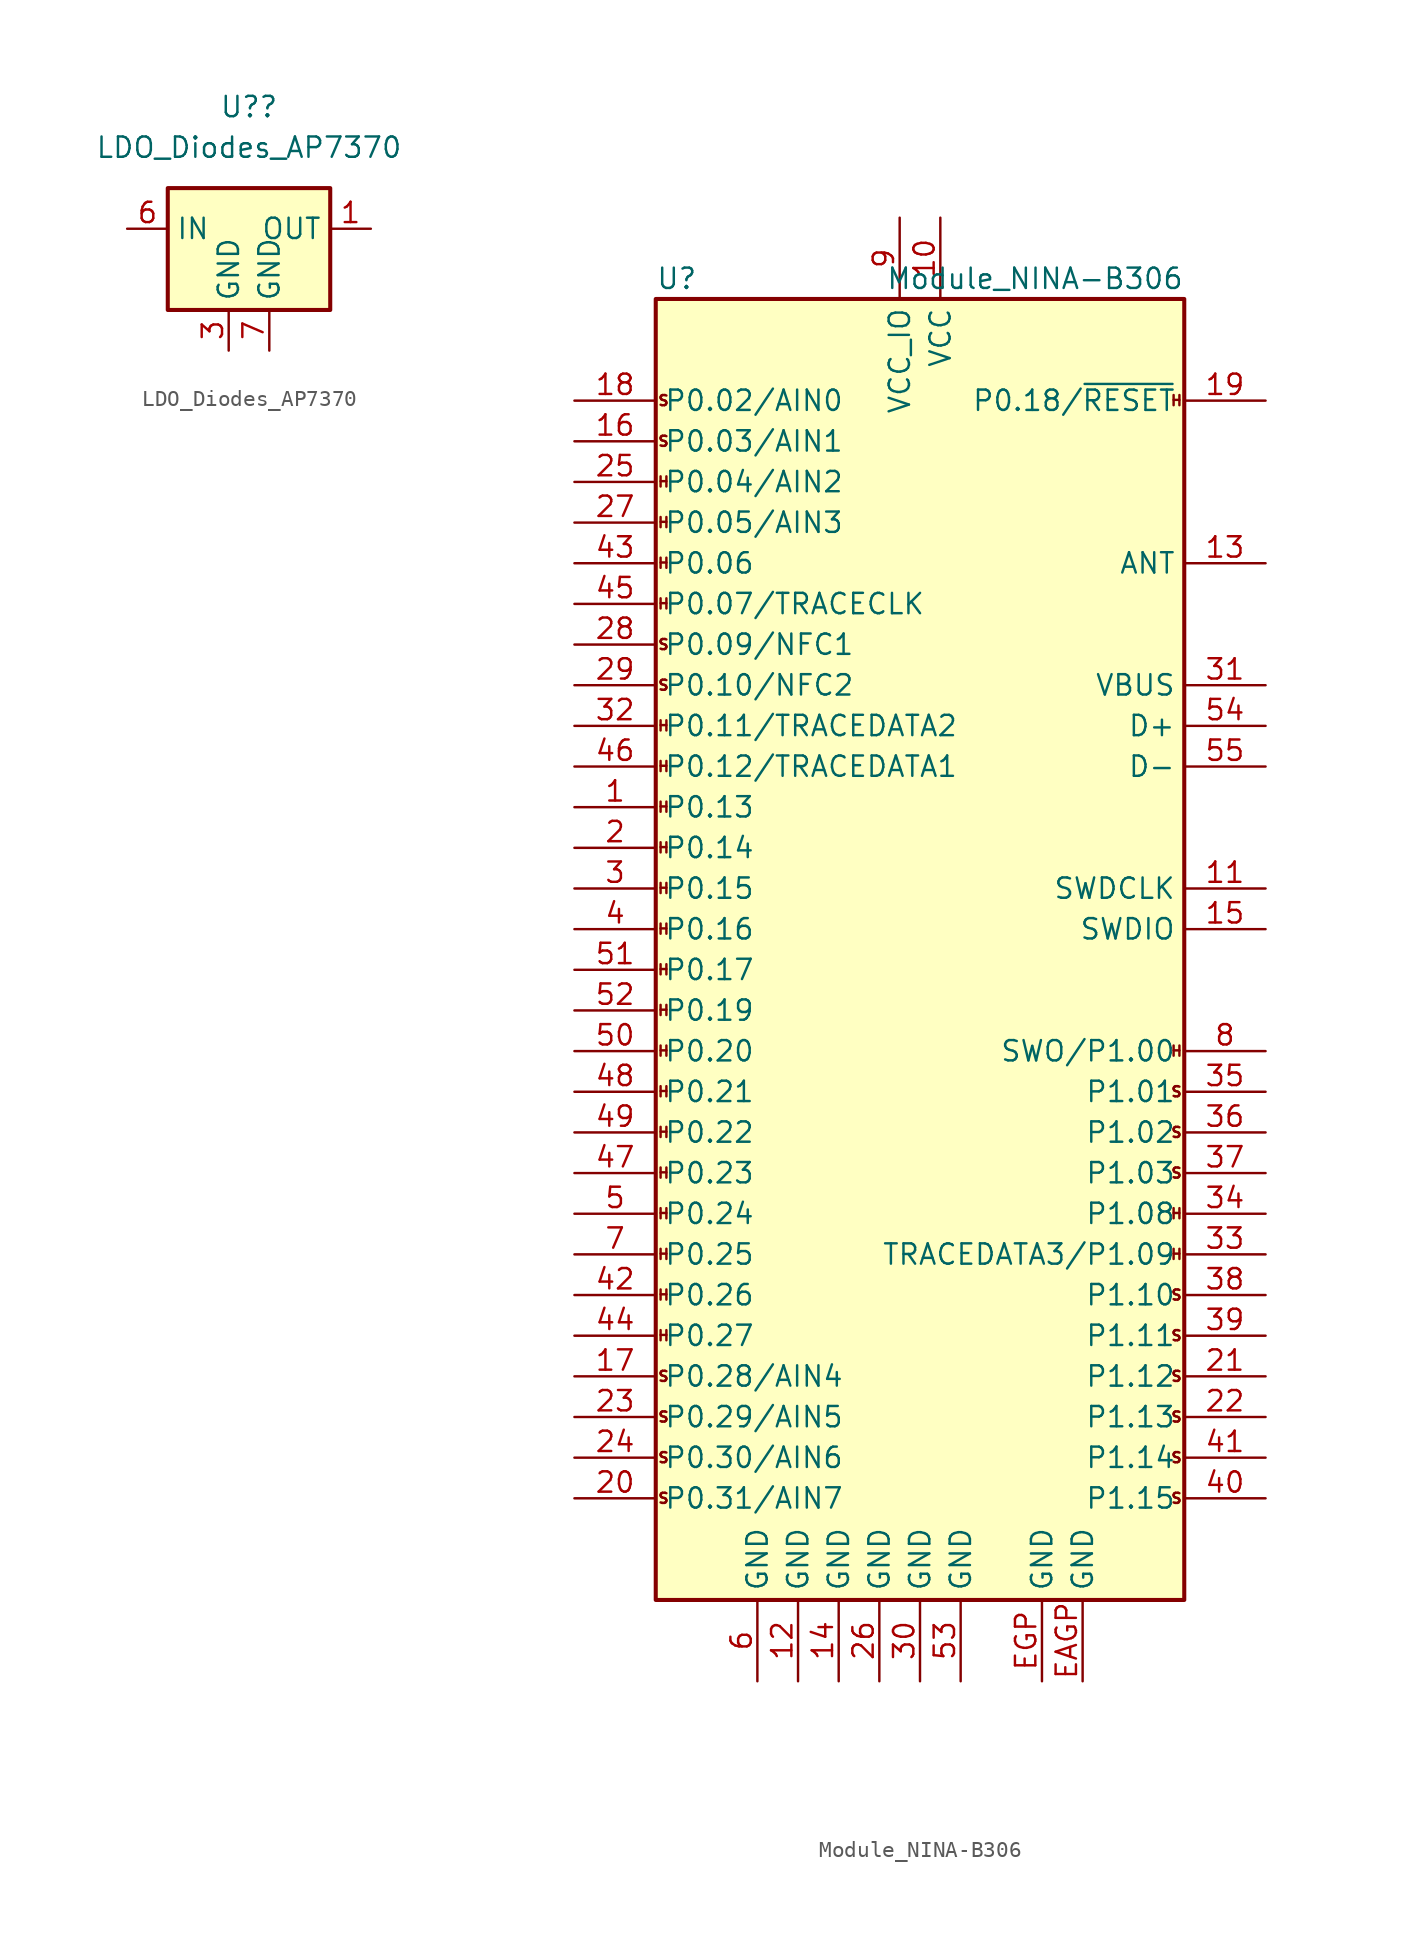
<source format=kicad_sym>
(kicad_symbol_lib
  (version 20211014)
  (generator kicad_symbol_editor)
  (symbol "LDO_Diodes_AP7370"
    (property "Reference" "U?"
      (at 0 8.89 0)
      (effects (font (size 1.27 1.27))))
    (property "Value" "LDO_Diodes_AP7370"
      (at 0 6.35 0)
      (effects (font (size 1.27 1.27))))
    (symbol "LDO_Diodes_AP7370_0_0"
      (pin passive line (at -1.27 -6.35 90) (length 2.54) (name "GND" (effects (font (size 1.27 1.27)))) (number "3" (effects (font (size 1.27 1.27)))))
      (pin no_connect line (at 0 0 180) (length 2.54) hide (name "" (effects (font (size 1.27 1.27)))) (number "4" (effects (font (size 1.27 1.27)))))
      (pin passive line (at 1.27 -6.35 90) (length 2.54) (name "GND" (effects (font (size 1.27 1.27)))) (number "7" (effects (font (size 1.27 1.27))))))
    (symbol "LDO_Diodes_AP7370_0_1"
      (rectangle (start -5.08 3.81) (end 5.08 -3.81) (stroke (width 0.254) (type default) (color 0 0 0 0)) (fill (type background))))
    (symbol "LDO_Diodes_AP7370_1_1"
      (pin power_out line (at 7.62 1.27 180) (length 2.54) (name "OUT" (effects (font (size 1.27 1.27)))) (number "1" (effects (font (size 1.27 1.27)))))
      (pin no_connect line (at 0 0 180) (length 2.54) hide (name "" (effects (font (size 1.27 1.27)))) (number "2" (effects (font (size 1.27 1.27)))))
      (pin no_connect line (at 0 0 180) (length 2.54) hide (name "" (effects (font (size 1.27 1.27)))) (number "5" (effects (font (size 1.27 1.27)))))
      (pin power_in line (at -7.62 1.27 0) (length 2.54) (name "IN" (effects (font (size 1.27 1.27)))) (number "6" (effects (font (size 1.27 1.27)))))))
  (symbol "Module_NINA-B306"
    (property "Reference" "U"
      (at -16.51 41.91 0)
      (effects (font (size 1.27 1.27)) (justify left)))
    (property "Value" "Module_NINA-B306"
      (at 16.51 41.91 0)
      (effects (font (size 1.27 1.27)) (justify right)))
    (symbol "Module_NINA-B306_0_1"
      (rectangle (start -16.51 40.64) (end 16.51 -40.64) (stroke (width 0.254) (type default) (color 0 0 0 0)) (fill (type background))))
    (symbol "Module_NINA-B306_1_1"
      (text "  H" (at -16.51 -24.13 0) (effects (font (size 0.635 0.635))))
      (text "  H" (at -16.51 -21.59 0) (effects (font (size 0.635 0.635))))
      (text "  H" (at -16.51 -19.05 0) (effects (font (size 0.635 0.635))))
      (text "  H" (at -16.51 -16.51 0) (effects (font (size 0.635 0.635))))
      (text "  H" (at -16.51 -13.97 0) (effects (font (size 0.635 0.635))))
      (text "  H" (at -16.51 -11.43 0) (effects (font (size 0.635 0.635))))
      (text "  H" (at -16.51 -8.89 0) (effects (font (size 0.635 0.635))))
      (text "  H" (at -16.51 -6.35 0) (effects (font (size 0.635 0.635))))
      (text "  H" (at -16.51 -3.81 0) (effects (font (size 0.635 0.635))))
      (text "  H" (at -16.51 -1.27 0) (effects (font (size 0.635 0.635))))
      (text "  H" (at -16.51 1.27 0) (effects (font (size 0.635 0.635))))
      (text "  H" (at -16.51 3.81 0) (effects (font (size 0.635 0.635))))
      (text "  H" (at -16.51 6.35 0) (effects (font (size 0.635 0.635))))
      (text "  H" (at -16.51 8.89 0) (effects (font (size 0.635 0.635))))
      (text "  H" (at -16.51 11.43 0) (effects (font (size 0.635 0.635))))
      (text "  H" (at -16.51 13.97 0) (effects (font (size 0.635 0.635))))
      (text "  H" (at -16.51 21.59 0) (effects (font (size 0.635 0.635))))
      (text "  H" (at -16.51 24.13 0) (effects (font (size 0.635 0.635))))
      (text "  H" (at -16.51 26.67 0) (effects (font (size 0.635 0.635))))
      (text "  H" (at -16.51 29.21 0) (effects (font (size 0.635 0.635))))
      (text "  S" (at -16.51 -34.29 0) (effects (font (size 0.635 0.635))))
      (text "  S" (at -16.51 -31.75 0) (effects (font (size 0.635 0.635))))
      (text "  S" (at -16.51 -29.21 0) (effects (font (size 0.635 0.635))))
      (text "  S" (at -16.51 -26.67 0) (effects (font (size 0.635 0.635))))
      (text "  S" (at -16.51 16.51 0) (effects (font (size 0.635 0.635))))
      (text "  S" (at -16.51 19.05 0) (effects (font (size 0.635 0.635))))
      (text "  S" (at -16.51 31.75 0) (effects (font (size 0.635 0.635))))
      (text "  S" (at -16.51 34.29 0) (effects (font (size 0.635 0.635))))
      (text "H  " (at 16.51 -19.05 0) (effects (font (size 0.635 0.635))))
      (text "H  " (at 16.51 -16.51 0) (effects (font (size 0.635 0.635))))
      (text "H  " (at 16.51 -6.35 0) (effects (font (size 0.635 0.635))))
      (text "H  " (at 16.51 34.29 0) (effects (font (size 0.635 0.635))))
      (text "S  " (at 16.51 -34.29 0) (effects (font (size 0.635 0.635))))
      (text "S  " (at 16.51 -31.75 0) (effects (font (size 0.635 0.635))))
      (text "S  " (at 16.51 -29.21 0) (effects (font (size 0.635 0.635))))
      (text "S  " (at 16.51 -26.67 0) (effects (font (size 0.635 0.635))))
      (text "S  " (at 16.51 -24.13 0) (effects (font (size 0.635 0.635))))
      (text "S  " (at 16.51 -21.59 0) (effects (font (size 0.635 0.635))))
      (text "S  " (at 16.51 -13.97 0) (effects (font (size 0.635 0.635))))
      (text "S  " (at 16.51 -11.43 0) (effects (font (size 0.635 0.635))))
      (text "S  " (at 16.51 -8.89 0) (effects (font (size 0.635 0.635))))
      (pin bidirectional line (at -21.59 8.89 0) (length 5.08) (name "P0.13" (effects (font (size 1.27 1.27)))) (number "1" (effects (font (size 1.27 1.27)))))
      (pin power_in line (at 1.27 45.72 270) (length 5.08) (name "VCC" (effects (font (size 1.27 1.27)))) (number "10" (effects (font (size 1.27 1.27)))))
      (pin input line (at 21.59 3.81 180) (length 5.08) (name "SWDCLK" (effects (font (size 1.27 1.27)))) (number "11" (effects (font (size 1.27 1.27)))))
      (pin power_in line (at -7.62 -45.72 90) (length 5.08) (name "GND" (effects (font (size 1.27 1.27)))) (number "12" (effects (font (size 1.27 1.27)))))
      (pin passive line (at 21.59 24.13 180) (length 5.08) (name "ANT" (effects (font (size 1.27 1.27)))) (number "13" (effects (font (size 1.27 1.27)))))
      (pin power_in line (at -5.08 -45.72 90) (length 5.08) (name "GND" (effects (font (size 1.27 1.27)))) (number "14" (effects (font (size 1.27 1.27)))))
      (pin bidirectional line (at 21.59 1.27 180) (length 5.08) (name "SWDIO" (effects (font (size 1.27 1.27)))) (number "15" (effects (font (size 1.27 1.27)))))
      (pin bidirectional line (at -21.59 31.75 0) (length 5.08) (name "P0.03/AIN1" (effects (font (size 1.27 1.27)))) (number "16" (effects (font (size 1.27 1.27)))))
      (pin bidirectional line (at -21.59 -26.67 0) (length 5.08) (name "P0.28/AIN4" (effects (font (size 1.27 1.27)))) (number "17" (effects (font (size 1.27 1.27)))))
      (pin bidirectional line (at -21.59 34.29 0) (length 5.08) (name "P0.02/AIN0" (effects (font (size 1.27 1.27)))) (number "18" (effects (font (size 1.27 1.27)))))
      (pin bidirectional line (at 21.59 34.29 180) (length 5.08) (name "P0.18/~{RESET}" (effects (font (size 1.27 1.27)))) (number "19" (effects (font (size 1.27 1.27)))))
      (pin bidirectional line (at -21.59 6.35 0) (length 5.08) (name "P0.14" (effects (font (size 1.27 1.27)))) (number "2" (effects (font (size 1.27 1.27)))))
      (pin bidirectional line (at -21.59 -34.29 0) (length 5.08) (name "P0.31/AIN7" (effects (font (size 1.27 1.27)))) (number "20" (effects (font (size 1.27 1.27)))))
      (pin bidirectional line (at 21.59 -26.67 180) (length 5.08) (name "P1.12" (effects (font (size 1.27 1.27)))) (number "21" (effects (font (size 1.27 1.27)))))
      (pin bidirectional line (at 21.59 -29.21 180) (length 5.08) (name "P1.13" (effects (font (size 1.27 1.27)))) (number "22" (effects (font (size 1.27 1.27)))))
      (pin bidirectional line (at -21.59 -29.21 0) (length 5.08) (name "P0.29/AIN5" (effects (font (size 1.27 1.27)))) (number "23" (effects (font (size 1.27 1.27)))))
      (pin bidirectional line (at -21.59 -31.75 0) (length 5.08) (name "P0.30/AIN6" (effects (font (size 1.27 1.27)))) (number "24" (effects (font (size 1.27 1.27)))))
      (pin bidirectional line (at -21.59 29.21 0) (length 5.08) (name "P0.04/AIN2" (effects (font (size 1.27 1.27)))) (number "25" (effects (font (size 1.27 1.27)))))
      (pin power_in line (at -2.54 -45.72 90) (length 5.08) (name "GND" (effects (font (size 1.27 1.27)))) (number "26" (effects (font (size 1.27 1.27)))))
      (pin bidirectional line (at -21.59 26.67 0) (length 5.08) (name "P0.05/AIN3" (effects (font (size 1.27 1.27)))) (number "27" (effects (font (size 1.27 1.27)))))
      (pin bidirectional line (at -21.59 19.05 0) (length 5.08) (name "P0.09/NFC1" (effects (font (size 1.27 1.27)))) (number "28" (effects (font (size 1.27 1.27)))))
      (pin bidirectional line (at -21.59 16.51 0) (length 5.08) (name "P0.10/NFC2" (effects (font (size 1.27 1.27)))) (number "29" (effects (font (size 1.27 1.27)))))
      (pin bidirectional line (at -21.59 3.81 0) (length 5.08) (name "P0.15" (effects (font (size 1.27 1.27)))) (number "3" (effects (font (size 1.27 1.27)))))
      (pin power_in line (at 0 -45.72 90) (length 5.08) (name "GND" (effects (font (size 1.27 1.27)))) (number "30" (effects (font (size 1.27 1.27)))))
      (pin power_in line (at 21.59 16.51 180) (length 5.08) (name "VBUS" (effects (font (size 1.27 1.27)))) (number "31" (effects (font (size 1.27 1.27)))))
      (pin bidirectional line (at -21.59 13.97 0) (length 5.08) (name "P0.11/TRACEDATA2" (effects (font (size 1.27 1.27)))) (number "32" (effects (font (size 1.27 1.27)))))
      (pin bidirectional line (at 21.59 -19.05 180) (length 5.08) (name "TRACEDATA3/P1.09" (effects (font (size 1.27 1.27)))) (number "33" (effects (font (size 1.27 1.27)))))
      (pin bidirectional line (at 21.59 -16.51 180) (length 5.08) (name "P1.08" (effects (font (size 1.27 1.27)))) (number "34" (effects (font (size 1.27 1.27)))))
      (pin bidirectional line (at 21.59 -8.89 180) (length 5.08) (name "P1.01" (effects (font (size 1.27 1.27)))) (number "35" (effects (font (size 1.27 1.27)))))
      (pin bidirectional line (at 21.59 -11.43 180) (length 5.08) (name "P1.02" (effects (font (size 1.27 1.27)))) (number "36" (effects (font (size 1.27 1.27)))))
      (pin bidirectional line (at 21.59 -13.97 180) (length 5.08) (name "P1.03" (effects (font (size 1.27 1.27)))) (number "37" (effects (font (size 1.27 1.27)))))
      (pin bidirectional line (at 21.59 -21.59 180) (length 5.08) (name "P1.10" (effects (font (size 1.27 1.27)))) (number "38" (effects (font (size 1.27 1.27)))))
      (pin bidirectional line (at 21.59 -24.13 180) (length 5.08) (name "P1.11" (effects (font (size 1.27 1.27)))) (number "39" (effects (font (size 1.27 1.27)))))
      (pin bidirectional line (at -21.59 1.27 0) (length 5.08) (name "P0.16" (effects (font (size 1.27 1.27)))) (number "4" (effects (font (size 1.27 1.27)))))
      (pin bidirectional line (at 21.59 -34.29 180) (length 5.08) (name "P1.15" (effects (font (size 1.27 1.27)))) (number "40" (effects (font (size 1.27 1.27)))))
      (pin bidirectional line (at 21.59 -31.75 180) (length 5.08) (name "P1.14" (effects (font (size 1.27 1.27)))) (number "41" (effects (font (size 1.27 1.27)))))
      (pin bidirectional line (at -21.59 -21.59 0) (length 5.08) (name "P0.26" (effects (font (size 1.27 1.27)))) (number "42" (effects (font (size 1.27 1.27)))))
      (pin bidirectional line (at -21.59 24.13 0) (length 5.08) (name "P0.06" (effects (font (size 1.27 1.27)))) (number "43" (effects (font (size 1.27 1.27)))))
      (pin bidirectional line (at -21.59 -24.13 0) (length 5.08) (name "P0.27" (effects (font (size 1.27 1.27)))) (number "44" (effects (font (size 1.27 1.27)))))
      (pin bidirectional line (at -21.59 21.59 0) (length 5.08) (name "P0.07/TRACECLK" (effects (font (size 1.27 1.27)))) (number "45" (effects (font (size 1.27 1.27)))))
      (pin bidirectional line (at -21.59 11.43 0) (length 5.08) (name "P0.12/TRACEDATA1" (effects (font (size 1.27 1.27)))) (number "46" (effects (font (size 1.27 1.27)))))
      (pin bidirectional line (at -21.59 -13.97 0) (length 5.08) (name "P0.23" (effects (font (size 1.27 1.27)))) (number "47" (effects (font (size 1.27 1.27)))))
      (pin bidirectional line (at -21.59 -8.89 0) (length 5.08) (name "P0.21" (effects (font (size 1.27 1.27)))) (number "48" (effects (font (size 1.27 1.27)))))
      (pin bidirectional line (at -21.59 -11.43 0) (length 5.08) (name "P0.22" (effects (font (size 1.27 1.27)))) (number "49" (effects (font (size 1.27 1.27)))))
      (pin bidirectional line (at -21.59 -16.51 0) (length 5.08) (name "P0.24" (effects (font (size 1.27 1.27)))) (number "5" (effects (font (size 1.27 1.27)))))
      (pin bidirectional line (at -21.59 -6.35 0) (length 5.08) (name "P0.20" (effects (font (size 1.27 1.27)))) (number "50" (effects (font (size 1.27 1.27)))))
      (pin bidirectional line (at -21.59 -1.27 0) (length 5.08) (name "P0.17" (effects (font (size 1.27 1.27)))) (number "51" (effects (font (size 1.27 1.27)))))
      (pin bidirectional line (at -21.59 -3.81 0) (length 5.08) (name "P0.19" (effects (font (size 1.27 1.27)))) (number "52" (effects (font (size 1.27 1.27)))))
      (pin power_in line (at 2.54 -45.72 90) (length 5.08) (name "GND" (effects (font (size 1.27 1.27)))) (number "53" (effects (font (size 1.27 1.27)))))
      (pin bidirectional line (at 21.59 13.97 180) (length 5.08) (name "D+" (effects (font (size 1.27 1.27)))) (number "54" (effects (font (size 1.27 1.27)))))
      (pin bidirectional line (at 21.59 11.43 180) (length 5.08) (name "D-" (effects (font (size 1.27 1.27)))) (number "55" (effects (font (size 1.27 1.27)))))
      (pin power_in line (at -10.16 -45.72 90) (length 5.08) (name "GND" (effects (font (size 1.27 1.27)))) (number "6" (effects (font (size 1.27 1.27)))))
      (pin bidirectional line (at -21.59 -19.05 0) (length 5.08) (name "P0.25" (effects (font (size 1.27 1.27)))) (number "7" (effects (font (size 1.27 1.27)))))
      (pin bidirectional line (at 21.59 -6.35 180) (length 5.08) (name "SWO/P1.00" (effects (font (size 1.27 1.27)))) (number "8" (effects (font (size 1.27 1.27)))))
      (pin power_in line (at -1.27 45.72 270) (length 5.08) (name "VCC_IO" (effects (font (size 1.27 1.27)))) (number "9" (effects (font (size 1.27 1.27)))))
      (pin power_in line (at 10.16 -45.72 90) (length 5.08) (name "GND" (effects (font (size 1.27 1.27)))) (number "EAGP" (effects (font (size 1.27 1.27)))))
      (pin power_in line (at 7.62 -45.72 90) (length 5.08) (name "GND" (effects (font (size 1.27 1.27)))) (number "EGP" (effects (font (size 1.27 1.27))))))))
</source>
